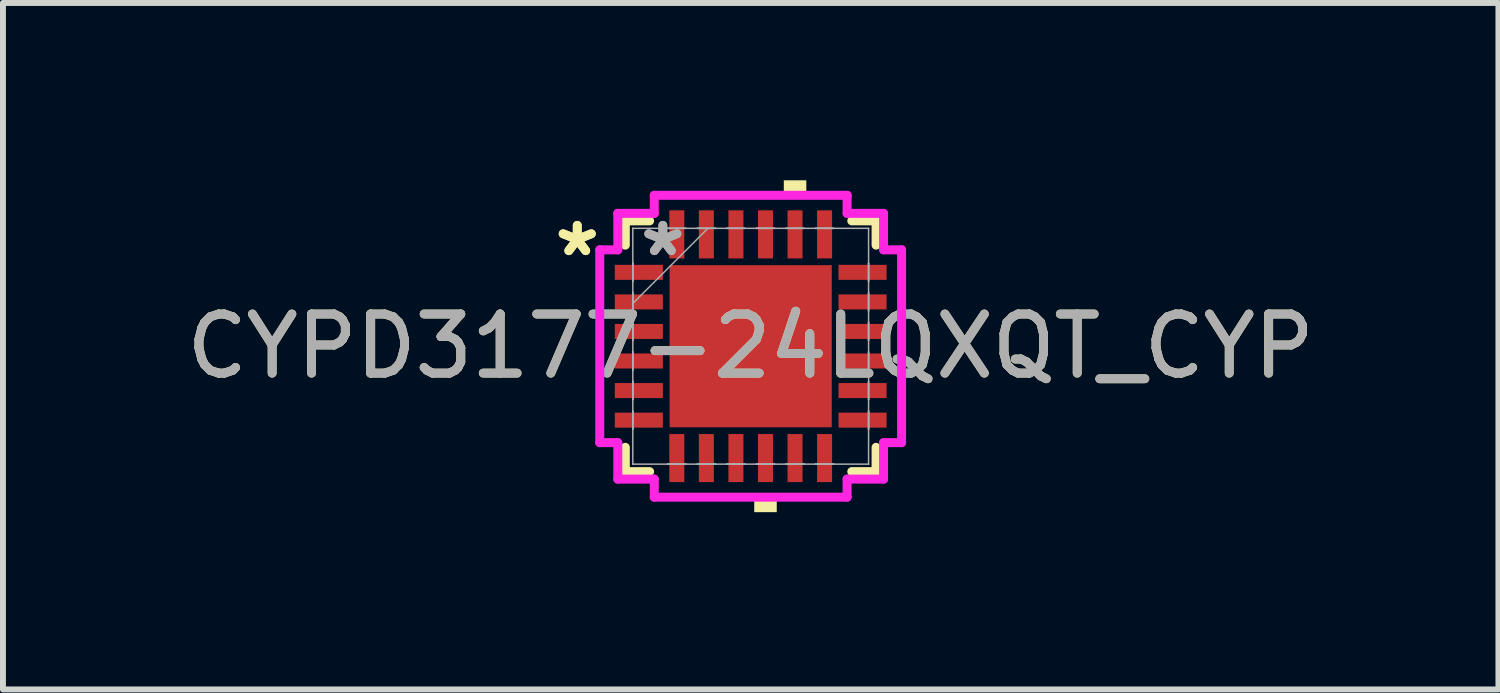
<source format=kicad_pcb>
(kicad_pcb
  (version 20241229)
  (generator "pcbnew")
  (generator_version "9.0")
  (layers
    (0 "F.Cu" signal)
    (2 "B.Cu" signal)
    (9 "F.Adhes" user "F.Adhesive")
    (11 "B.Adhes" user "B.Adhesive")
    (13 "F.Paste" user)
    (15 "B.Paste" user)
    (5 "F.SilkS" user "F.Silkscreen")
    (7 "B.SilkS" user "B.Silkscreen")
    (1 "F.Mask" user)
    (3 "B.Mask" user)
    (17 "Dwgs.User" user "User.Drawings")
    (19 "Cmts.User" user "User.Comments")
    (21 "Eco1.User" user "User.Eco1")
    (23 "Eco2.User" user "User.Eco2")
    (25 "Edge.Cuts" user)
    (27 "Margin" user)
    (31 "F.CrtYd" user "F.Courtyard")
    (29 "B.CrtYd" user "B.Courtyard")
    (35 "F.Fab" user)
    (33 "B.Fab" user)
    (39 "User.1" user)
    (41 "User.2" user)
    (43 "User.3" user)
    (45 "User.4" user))
  (footprint "CYPD3177-24LQXQT_CYP"
    (layer "F.Cu")
    (at 9.649 2.807)
    (property "Reference" "CYPD3177-24LQXQT_CYP" (at 0 0 0) (unlocked yes) (layer "F.SilkS") (effects (font (size 1 1) (thickness 0.15))))
    (attr smd)
    (fp_line (start -2.121 -2.121) (end -2.121 -1.71) (stroke (width 0.152) (type solid)) (layer "F.SilkS"))
    (fp_line (start -2.121 1.71) (end -2.121 2.121) (stroke (width 0.152) (type solid)) (layer "F.SilkS"))
    (fp_line (start -2.121 2.121) (end -1.71 2.121) (stroke (width 0.152) (type solid)) (layer "F.SilkS"))
    (fp_line (start -1.71 -2.121) (end -2.121 -2.121) (stroke (width 0.152) (type solid)) (layer "F.SilkS"))
    (fp_line (start 1.71 2.121) (end 2.121 2.121) (stroke (width 0.152) (type solid)) (layer "F.SilkS"))
    (fp_line (start 2.121 -2.121) (end 1.71 -2.121) (stroke (width 0.152) (type solid)) (layer "F.SilkS"))
    (fp_line (start 2.121 -1.71) (end 2.121 -2.121) (stroke (width 0.152) (type solid)) (layer "F.SilkS"))
    (fp_line (start 2.121 2.121) (end 2.121 1.71) (stroke (width 0.152) (type solid)) (layer "F.SilkS"))
    (fp_poly (pts (xy 0.06 2.553) (xy 0.06 2.807) (xy 0.441 2.807) (xy 0.441 2.553)) (stroke (width 0) (type solid)) (fill yes) (layer "F.SilkS"))
    (fp_poly (pts (xy 0.56 -2.553) (xy 0.56 -2.807) (xy 0.941 -2.807) (xy 0.941 -2.553)) (stroke (width 0) (type solid)) (fill yes) (layer "F.SilkS"))
    (fp_poly (pts (xy -1.272 -1.272) (xy -1.272 -0.1) (xy -0.1 -0.1) (xy -0.1 -1.272)) (stroke (width 0) (type solid)) (fill yes) (layer "F.Paste"))
    (fp_poly (pts (xy -1.272 0.1) (xy -1.272 1.272) (xy -0.1 1.272) (xy -0.1 0.1)) (stroke (width 0) (type solid)) (fill yes) (layer "F.Paste"))
    (fp_poly (pts (xy 0.1 -1.272) (xy 0.1 -0.1) (xy 1.272 -0.1) (xy 1.272 -1.272)) (stroke (width 0) (type solid)) (fill yes) (layer "F.Paste"))
    (fp_poly (pts (xy 0.1 0.1) (xy 0.1 1.272) (xy 1.272 1.272) (xy 1.272 0.1)) (stroke (width 0) (type solid)) (fill yes) (layer "F.Paste"))
    (fp_line (start -2.553 -1.631) (end -2.248 -1.631) (stroke (width 0.152) (type solid)) (layer "F.CrtYd"))
    (fp_line (start -2.553 1.631) (end -2.553 -1.631) (stroke (width 0.152) (type solid)) (layer "F.CrtYd"))
    (fp_line (start -2.248 -2.248) (end -1.631 -2.248) (stroke (width 0.152) (type solid)) (layer "F.CrtYd"))
    (fp_line (start -2.248 -1.631) (end -2.248 -2.248) (stroke (width 0.152) (type solid)) (layer "F.CrtYd"))
    (fp_line (start -2.248 1.631) (end -2.553 1.631) (stroke (width 0.152) (type solid)) (layer "F.CrtYd"))
    (fp_line (start -2.248 2.248) (end -2.248 1.631) (stroke (width 0.152) (type solid)) (layer "F.CrtYd"))
    (fp_line (start -1.631 -2.553) (end 1.631 -2.553) (stroke (width 0.152) (type solid)) (layer "F.CrtYd"))
    (fp_line (start -1.631 -2.248) (end -1.631 -2.553) (stroke (width 0.152) (type solid)) (layer "F.CrtYd"))
    (fp_line (start -1.631 2.248) (end -2.248 2.248) (stroke (width 0.152) (type solid)) (layer "F.CrtYd"))
    (fp_line (start -1.631 2.553) (end -1.631 2.248) (stroke (width 0.152) (type solid)) (layer "F.CrtYd"))
    (fp_line (start 1.631 -2.553) (end 1.631 -2.248) (stroke (width 0.152) (type solid)) (layer "F.CrtYd"))
    (fp_line (start 1.631 -2.248) (end 2.248 -2.248) (stroke (width 0.152) (type solid)) (layer "F.CrtYd"))
    (fp_line (start 1.631 2.248) (end 1.631 2.553) (stroke (width 0.152) (type solid)) (layer "F.CrtYd"))
    (fp_line (start 1.631 2.553) (end -1.631 2.553) (stroke (width 0.152) (type solid)) (layer "F.CrtYd"))
    (fp_line (start 2.248 -2.248) (end 2.248 -1.631) (stroke (width 0.152) (type solid)) (layer "F.CrtYd"))
    (fp_line (start 2.248 -1.631) (end 2.553 -1.631) (stroke (width 0.152) (type solid)) (layer "F.CrtYd"))
    (fp_line (start 2.248 1.631) (end 2.248 2.248) (stroke (width 0.152) (type solid)) (layer "F.CrtYd"))
    (fp_line (start 2.248 2.248) (end 1.631 2.248) (stroke (width 0.152) (type solid)) (layer "F.CrtYd"))
    (fp_line (start 2.553 -1.631) (end 2.553 1.631) (stroke (width 0.152) (type solid)) (layer "F.CrtYd"))
    (fp_line (start 2.553 1.631) (end 2.248 1.631) (stroke (width 0.152) (type solid)) (layer "F.CrtYd"))
    (fp_line (start -1.994 -1.994) (end -1.994 -1.994) (stroke (width 0.025) (type solid)) (layer "F.Fab"))
    (fp_line (start -1.994 -1.994) (end -1.994 1.994) (stroke (width 0.025) (type solid)) (layer "F.Fab"))
    (fp_line (start -1.994 -1.403) (end -1.994 -1.403) (stroke (width 0.025) (type solid)) (layer "F.Fab"))
    (fp_line (start -1.994 -1.403) (end -1.994 -1.098) (stroke (width 0.025) (type solid)) (layer "F.Fab"))
    (fp_line (start -1.994 -1.098) (end -1.994 -1.403) (stroke (width 0.025) (type solid)) (layer "F.Fab"))
    (fp_line (start -1.994 -1.098) (end -1.994 -1.098) (stroke (width 0.025) (type solid)) (layer "F.Fab"))
    (fp_line (start -1.994 -0.903) (end -1.994 -0.903) (stroke (width 0.025) (type solid)) (layer "F.Fab"))
    (fp_line (start -1.994 -0.903) (end -1.994 -0.598) (stroke (width 0.025) (type solid)) (layer "F.Fab"))
    (fp_line (start -1.994 -0.724) (end -0.724 -1.994) (stroke (width 0.025) (type solid)) (layer "F.Fab"))
    (fp_line (start -1.994 -0.598) (end -1.994 -0.903) (stroke (width 0.025) (type solid)) (layer "F.Fab"))
    (fp_line (start -1.994 -0.598) (end -1.994 -0.598) (stroke (width 0.025) (type solid)) (layer "F.Fab"))
    (fp_line (start -1.994 -0.402) (end -1.994 -0.402) (stroke (width 0.025) (type solid)) (layer "F.Fab"))
    (fp_line (start -1.994 -0.402) (end -1.994 -0.098) (stroke (width 0.025) (type solid)) (layer "F.Fab"))
    (fp_line (start -1.994 -0.098) (end -1.994 -0.402) (stroke (width 0.025) (type solid)) (layer "F.Fab"))
    (fp_line (start -1.994 -0.098) (end -1.994 -0.098) (stroke (width 0.025) (type solid)) (layer "F.Fab"))
    (fp_line (start -1.994 0.098) (end -1.994 0.098) (stroke (width 0.025) (type solid)) (layer "F.Fab"))
    (fp_line (start -1.994 0.098) (end -1.994 0.402) (stroke (width 0.025) (type solid)) (layer "F.Fab"))
    (fp_line (start -1.994 0.402) (end -1.994 0.098) (stroke (width 0.025) (type solid)) (layer "F.Fab"))
    (fp_line (start -1.994 0.402) (end -1.994 0.402) (stroke (width 0.025) (type solid)) (layer "F.Fab"))
    (fp_line (start -1.994 0.598) (end -1.994 0.598) (stroke (width 0.025) (type solid)) (layer "F.Fab"))
    (fp_line (start -1.994 0.598) (end -1.994 0.903) (stroke (width 0.025) (type solid)) (layer "F.Fab"))
    (fp_line (start -1.994 0.903) (end -1.994 0.598) (stroke (width 0.025) (type solid)) (layer "F.Fab"))
    (fp_line (start -1.994 0.903) (end -1.994 0.903) (stroke (width 0.025) (type solid)) (layer "F.Fab"))
    (fp_line (start -1.994 1.098) (end -1.994 1.098) (stroke (width 0.025) (type solid)) (layer "F.Fab"))
    (fp_line (start -1.994 1.098) (end -1.994 1.403) (stroke (width 0.025) (type solid)) (layer "F.Fab"))
    (fp_line (start -1.994 1.403) (end -1.994 1.098) (stroke (width 0.025) (type solid)) (layer "F.Fab"))
    (fp_line (start -1.994 1.403) (end -1.994 1.403) (stroke (width 0.025) (type solid)) (layer "F.Fab"))
    (fp_line (start -1.994 1.994) (end -1.994 1.994) (stroke (width 0.025) (type solid)) (layer "F.Fab"))
    (fp_line (start -1.994 1.994) (end 1.994 1.994) (stroke (width 0.025) (type solid)) (layer "F.Fab"))
    (fp_line (start -1.403 -1.994) (end -1.403 -1.994) (stroke (width 0.025) (type solid)) (layer "F.Fab"))
    (fp_line (start -1.403 -1.994) (end -1.098 -1.994) (stroke (width 0.025) (type solid)) (layer "F.Fab"))
    (fp_line (start -1.403 1.994) (end -1.403 1.994) (stroke (width 0.025) (type solid)) (layer "F.Fab"))
    (fp_line (start -1.403 1.994) (end -1.098 1.994) (stroke (width 0.025) (type solid)) (layer "F.Fab"))
    (fp_line (start -1.098 -1.994) (end -1.403 -1.994) (stroke (width 0.025) (type solid)) (layer "F.Fab"))
    (fp_line (start -1.098 -1.994) (end -1.098 -1.994) (stroke (width 0.025) (type solid)) (layer "F.Fab"))
    (fp_line (start -1.098 1.994) (end -1.403 1.994) (stroke (width 0.025) (type solid)) (layer "F.Fab"))
    (fp_line (start -1.098 1.994) (end -1.098 1.994) (stroke (width 0.025) (type solid)) (layer "F.Fab"))
    (fp_line (start -0.903 -1.994) (end -0.903 -1.994) (stroke (width 0.025) (type solid)) (layer "F.Fab"))
    (fp_line (start -0.903 -1.994) (end -0.598 -1.994) (stroke (width 0.025) (type solid)) (layer "F.Fab"))
    (fp_line (start -0.903 1.994) (end -0.903 1.994) (stroke (width 0.025) (type solid)) (layer "F.Fab"))
    (fp_line (start -0.903 1.994) (end -0.598 1.994) (stroke (width 0.025) (type solid)) (layer "F.Fab"))
    (fp_line (start -0.598 -1.994) (end -0.903 -1.994) (stroke (width 0.025) (type solid)) (layer "F.Fab"))
    (fp_line (start -0.598 -1.994) (end -0.598 -1.994) (stroke (width 0.025) (type solid)) (layer "F.Fab"))
    (fp_line (start -0.598 1.994) (end -0.903 1.994) (stroke (width 0.025) (type solid)) (layer "F.Fab"))
    (fp_line (start -0.598 1.994) (end -0.598 1.994) (stroke (width 0.025) (type solid)) (layer "F.Fab"))
    (fp_line (start -0.402 -1.994) (end -0.402 -1.994) (stroke (width 0.025) (type solid)) (layer "F.Fab"))
    (fp_line (start -0.402 -1.994) (end -0.098 -1.994) (stroke (width 0.025) (type solid)) (layer "F.Fab"))
    (fp_line (start -0.402 1.994) (end -0.402 1.994) (stroke (width 0.025) (type solid)) (layer "F.Fab"))
    (fp_line (start -0.402 1.994) (end -0.098 1.994) (stroke (width 0.025) (type solid)) (layer "F.Fab"))
    (fp_line (start -0.098 -1.994) (end -0.402 -1.994) (stroke (width 0.025) (type solid)) (layer "F.Fab"))
    (fp_line (start -0.098 -1.994) (end -0.098 -1.994) (stroke (width 0.025) (type solid)) (layer "F.Fab"))
    (fp_line (start -0.098 1.994) (end -0.402 1.994) (stroke (width 0.025) (type solid)) (layer "F.Fab"))
    (fp_line (start -0.098 1.994) (end -0.098 1.994) (stroke (width 0.025) (type solid)) (layer "F.Fab"))
    (fp_line (start 0.098 -1.994) (end 0.098 -1.994) (stroke (width 0.025) (type solid)) (layer "F.Fab"))
    (fp_line (start 0.098 -1.994) (end 0.402 -1.994) (stroke (width 0.025) (type solid)) (layer "F.Fab"))
    (fp_line (start 0.098 1.994) (end 0.098 1.994) (stroke (width 0.025) (type solid)) (layer "F.Fab"))
    (fp_line (start 0.098 1.994) (end 0.402 1.994) (stroke (width 0.025) (type solid)) (layer "F.Fab"))
    (fp_line (start 0.402 -1.994) (end 0.098 -1.994) (stroke (width 0.025) (type solid)) (layer "F.Fab"))
    (fp_line (start 0.402 -1.994) (end 0.402 -1.994) (stroke (width 0.025) (type solid)) (layer "F.Fab"))
    (fp_line (start 0.402 1.994) (end 0.098 1.994) (stroke (width 0.025) (type solid)) (layer "F.Fab"))
    (fp_line (start 0.402 1.994) (end 0.402 1.994) (stroke (width 0.025) (type solid)) (layer "F.Fab"))
    (fp_line (start 0.598 -1.994) (end 0.598 -1.994) (stroke (width 0.025) (type solid)) (layer "F.Fab"))
    (fp_line (start 0.598 -1.994) (end 0.903 -1.994) (stroke (width 0.025) (type solid)) (layer "F.Fab"))
    (fp_line (start 0.598 1.994) (end 0.598 1.994) (stroke (width 0.025) (type solid)) (layer "F.Fab"))
    (fp_line (start 0.598 1.994) (end 0.903 1.994) (stroke (width 0.025) (type solid)) (layer "F.Fab"))
    (fp_line (start 0.903 -1.994) (end 0.598 -1.994) (stroke (width 0.025) (type solid)) (layer "F.Fab"))
    (fp_line (start 0.903 -1.994) (end 0.903 -1.994) (stroke (width 0.025) (type solid)) (layer "F.Fab"))
    (fp_line (start 0.903 1.994) (end 0.598 1.994) (stroke (width 0.025) (type solid)) (layer "F.Fab"))
    (fp_line (start 0.903 1.994) (end 0.903 1.994) (stroke (width 0.025) (type solid)) (layer "F.Fab"))
    (fp_line (start 1.098 -1.994) (end 1.098 -1.994) (stroke (width 0.025) (type solid)) (layer "F.Fab"))
    (fp_line (start 1.098 -1.994) (end 1.403 -1.994) (stroke (width 0.025) (type solid)) (layer "F.Fab"))
    (fp_line (start 1.098 1.994) (end 1.098 1.994) (stroke (width 0.025) (type solid)) (layer "F.Fab"))
    (fp_line (start 1.098 1.994) (end 1.403 1.994) (stroke (width 0.025) (type solid)) (layer "F.Fab"))
    (fp_line (start 1.403 -1.994) (end 1.098 -1.994) (stroke (width 0.025) (type solid)) (layer "F.Fab"))
    (fp_line (start 1.403 -1.994) (end 1.403 -1.994) (stroke (width 0.025) (type solid)) (layer "F.Fab"))
    (fp_line (start 1.403 1.994) (end 1.098 1.994) (stroke (width 0.025) (type solid)) (layer "F.Fab"))
    (fp_line (start 1.403 1.994) (end 1.403 1.994) (stroke (width 0.025) (type solid)) (layer "F.Fab"))
    (fp_line (start 1.994 -1.994) (end -1.994 -1.994) (stroke (width 0.025) (type solid)) (layer "F.Fab"))
    (fp_line (start 1.994 -1.994) (end 1.994 -1.994) (stroke (width 0.025) (type solid)) (layer "F.Fab"))
    (fp_line (start 1.994 -1.403) (end 1.994 -1.403) (stroke (width 0.025) (type solid)) (layer "F.Fab"))
    (fp_line (start 1.994 -1.403) (end 1.994 -1.098) (stroke (width 0.025) (type solid)) (layer "F.Fab"))
    (fp_line (start 1.994 -1.098) (end 1.994 -1.403) (stroke (width 0.025) (type solid)) (layer "F.Fab"))
    (fp_line (start 1.994 -1.098) (end 1.994 -1.098) (stroke (width 0.025) (type solid)) (layer "F.Fab"))
    (fp_line (start 1.994 -0.903) (end 1.994 -0.903) (stroke (width 0.025) (type solid)) (layer "F.Fab"))
    (fp_line (start 1.994 -0.903) (end 1.994 -0.598) (stroke (width 0.025) (type solid)) (layer "F.Fab"))
    (fp_line (start 1.994 -0.598) (end 1.994 -0.903) (stroke (width 0.025) (type solid)) (layer "F.Fab"))
    (fp_line (start 1.994 -0.598) (end 1.994 -0.598) (stroke (width 0.025) (type solid)) (layer "F.Fab"))
    (fp_line (start 1.994 -0.402) (end 1.994 -0.402) (stroke (width 0.025) (type solid)) (layer "F.Fab"))
    (fp_line (start 1.994 -0.402) (end 1.994 -0.098) (stroke (width 0.025) (type solid)) (layer "F.Fab"))
    (fp_line (start 1.994 -0.098) (end 1.994 -0.402) (stroke (width 0.025) (type solid)) (layer "F.Fab"))
    (fp_line (start 1.994 -0.098) (end 1.994 -0.098) (stroke (width 0.025) (type solid)) (layer "F.Fab"))
    (fp_line (start 1.994 0.098) (end 1.994 0.098) (stroke (width 0.025) (type solid)) (layer "F.Fab"))
    (fp_line (start 1.994 0.098) (end 1.994 0.402) (stroke (width 0.025) (type solid)) (layer "F.Fab"))
    (fp_line (start 1.994 0.402) (end 1.994 0.098) (stroke (width 0.025) (type solid)) (layer "F.Fab"))
    (fp_line (start 1.994 0.402) (end 1.994 0.402) (stroke (width 0.025) (type solid)) (layer "F.Fab"))
    (fp_line (start 1.994 0.598) (end 1.994 0.598) (stroke (width 0.025) (type solid)) (layer "F.Fab"))
    (fp_line (start 1.994 0.598) (end 1.994 0.903) (stroke (width 0.025) (type solid)) (layer "F.Fab"))
    (fp_line (start 1.994 0.903) (end 1.994 0.598) (stroke (width 0.025) (type solid)) (layer "F.Fab"))
    (fp_line (start 1.994 0.903) (end 1.994 0.903) (stroke (width 0.025) (type solid)) (layer "F.Fab"))
    (fp_line (start 1.994 1.098) (end 1.994 1.098) (stroke (width 0.025) (type solid)) (layer "F.Fab"))
    (fp_line (start 1.994 1.098) (end 1.994 1.403) (stroke (width 0.025) (type solid)) (layer "F.Fab"))
    (fp_line (start 1.994 1.403) (end 1.994 1.098) (stroke (width 0.025) (type solid)) (layer "F.Fab"))
    (fp_line (start 1.994 1.403) (end 1.994 1.403) (stroke (width 0.025) (type solid)) (layer "F.Fab"))
    (fp_line (start 1.994 1.994) (end 1.994 -1.994) (stroke (width 0.025) (type solid)) (layer "F.Fab"))
    (fp_line (start 1.994 1.994) (end 1.994 1.994) (stroke (width 0.025) (type solid)) (layer "F.Fab"))
    (fp_text user "*" (at -2.934 -1.5 0) (layer "F.SilkS") (effects (font (size 1 1) (thickness 0.15))))
    (fp_text user "*" (at -2.934 -1.5 0) (unlocked yes) (layer "F.SilkS") (effects (font (size 1 1) (thickness 0.15))))
    (fp_text user "${REFERENCE}" (at 0 0 0) (unlocked yes) (layer "F.Fab") (effects (font (size 1 1) (thickness 0.15))))
    (fp_text user "*" (at -1.486 -1.5 0) (unlocked yes) (layer "F.Fab") (effects (font (size 1 1) (thickness 0.15))))
    (fp_text user "*" (at -1.486 -1.5 0) (layer "F.Fab") (effects (font (size 1 1) (thickness 0.15))))
    (pad "1" smd rect (at -1.892 -1.25 90) (size 0.254 0.813) (layers "F.Cu" "F.Mask" "F.Paste"))
    (pad "2" smd rect (at -1.892 -0.75 90) (size 0.254 0.813) (layers "F.Cu" "F.Mask" "F.Paste"))
    (pad "3" smd rect (at -1.892 -0.25 90) (size 0.254 0.813) (layers "F.Cu" "F.Mask" "F.Paste"))
    (pad "4" smd rect (at -1.892 0.25 90) (size 0.254 0.813) (layers "F.Cu" "F.Mask" "F.Paste"))
    (pad "5" smd rect (at -1.892 0.75 90) (size 0.254 0.813) (layers "F.Cu" "F.Mask" "F.Paste"))
    (pad "6" smd rect (at -1.892 1.25 90) (size 0.254 0.813) (layers "F.Cu" "F.Mask" "F.Paste"))
    (pad "7" smd rect (at -1.25 1.892) (size 0.254 0.813) (layers "F.Cu" "F.Mask" "F.Paste"))
    (pad "8" smd rect (at -0.75 1.892) (size 0.254 0.813) (layers "F.Cu" "F.Mask" "F.Paste"))
    (pad "9" smd rect (at -0.25 1.892) (size 0.254 0.813) (layers "F.Cu" "F.Mask" "F.Paste"))
    (pad "10" smd rect (at 0.25 1.892) (size 0.254 0.813) (layers "F.Cu" "F.Mask" "F.Paste"))
    (pad "11" smd rect (at 0.75 1.892) (size 0.254 0.813) (layers "F.Cu" "F.Mask" "F.Paste"))
    (pad "12" smd rect (at 1.25 1.892) (size 0.254 0.813) (layers "F.Cu" "F.Mask" "F.Paste"))
    (pad "13" smd rect (at 1.892 1.25 90) (size 0.254 0.813) (layers "F.Cu" "F.Mask" "F.Paste"))
    (pad "14" smd rect (at 1.892 0.75 90) (size 0.254 0.813) (layers "F.Cu" "F.Mask" "F.Paste"))
    (pad "15" smd rect (at 1.892 0.25 90) (size 0.254 0.813) (layers "F.Cu" "F.Mask" "F.Paste"))
    (pad "16" smd rect (at 1.892 -0.25 90) (size 0.254 0.813) (layers "F.Cu" "F.Mask" "F.Paste"))
    (pad "17" smd rect (at 1.892 -0.75 90) (size 0.254 0.813) (layers "F.Cu" "F.Mask" "F.Paste"))
    (pad "18" smd rect (at 1.892 -1.25 90) (size 0.254 0.813) (layers "F.Cu" "F.Mask" "F.Paste"))
    (pad "19" smd rect (at 1.25 -1.892) (size 0.254 0.813) (layers "F.Cu" "F.Mask" "F.Paste"))
    (pad "20" smd rect (at 0.75 -1.892) (size 0.254 0.813) (layers "F.Cu" "F.Mask" "F.Paste"))
    (pad "21" smd rect (at 0.25 -1.892) (size 0.254 0.813) (layers "F.Cu" "F.Mask" "F.Paste"))
    (pad "22" smd rect (at -0.25 -1.892) (size 0.254 0.813) (layers "F.Cu" "F.Mask" "F.Paste"))
    (pad "23" smd rect (at -0.75 -1.892) (size 0.254 0.813) (layers "F.Cu" "F.Mask" "F.Paste"))
    (pad "24" smd rect (at -1.25 -1.892) (size 0.254 0.813) (layers "F.Cu" "F.Mask" "F.Paste"))
    (pad "25" smd rect (at 0 0) (size 2.743 2.743) (layers "F.Cu" "F.Mask" "F.Paste")))
  (gr_rect
    (start -3 -3)
    (end 22.298 8.613)
    (stroke (width 0.1) (type default))
    (fill no)
    (layer "Edge.Cuts")))
</source>
